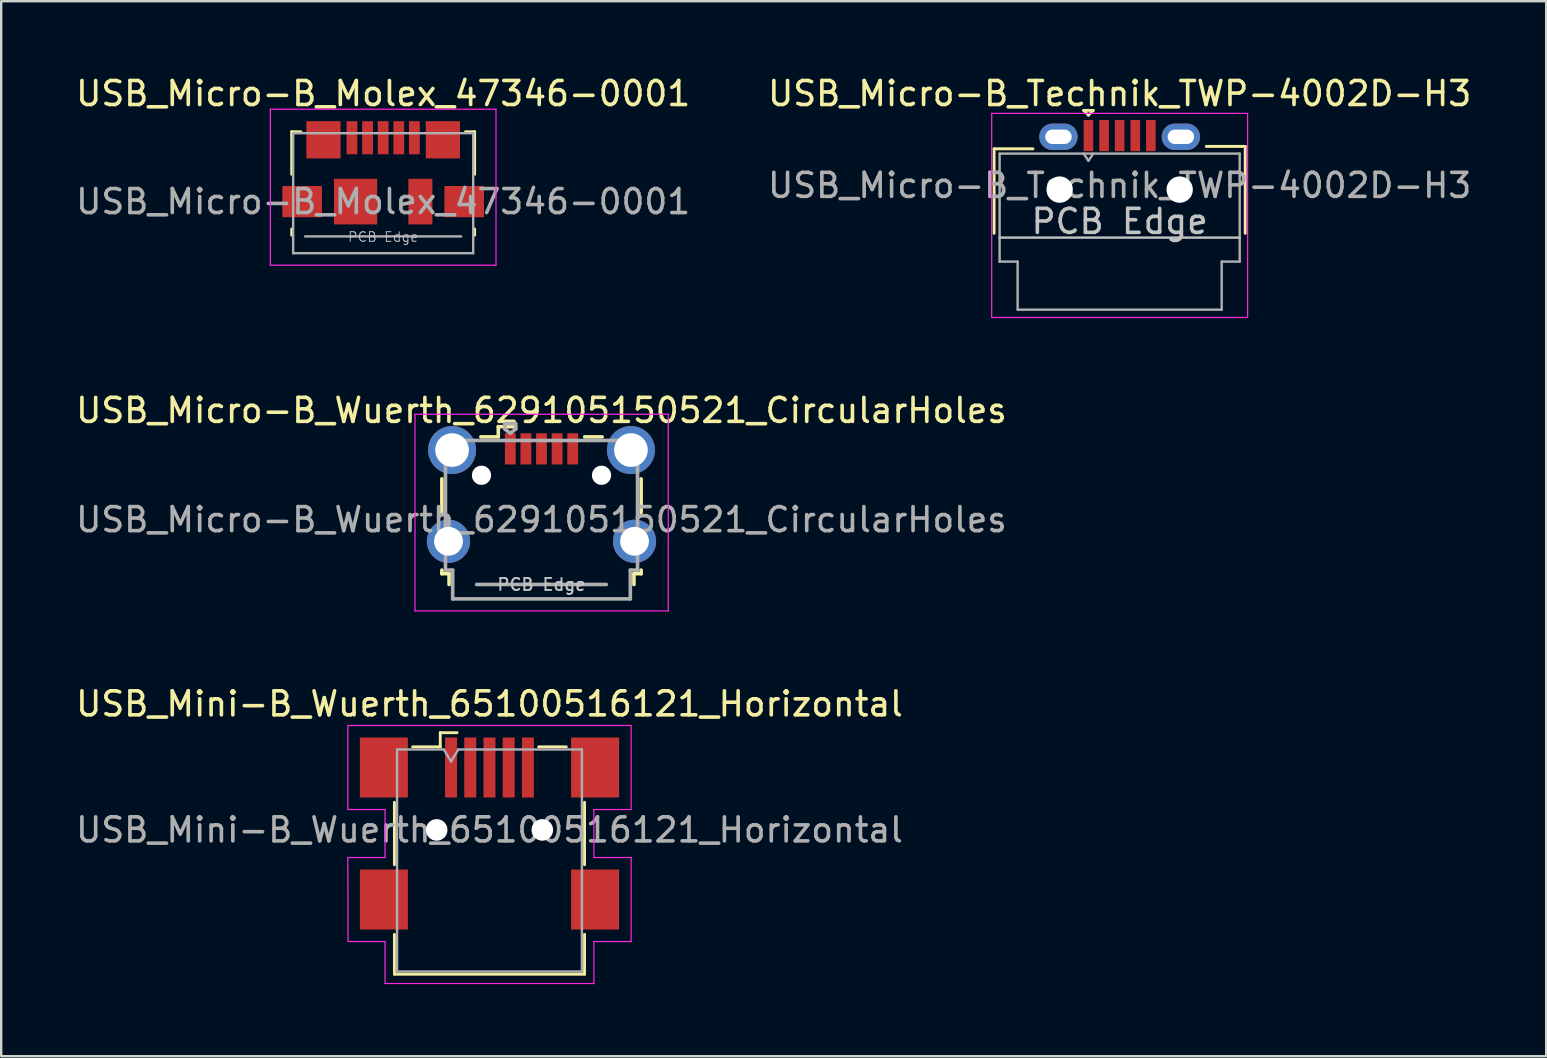
<source format=kicad_pcb>
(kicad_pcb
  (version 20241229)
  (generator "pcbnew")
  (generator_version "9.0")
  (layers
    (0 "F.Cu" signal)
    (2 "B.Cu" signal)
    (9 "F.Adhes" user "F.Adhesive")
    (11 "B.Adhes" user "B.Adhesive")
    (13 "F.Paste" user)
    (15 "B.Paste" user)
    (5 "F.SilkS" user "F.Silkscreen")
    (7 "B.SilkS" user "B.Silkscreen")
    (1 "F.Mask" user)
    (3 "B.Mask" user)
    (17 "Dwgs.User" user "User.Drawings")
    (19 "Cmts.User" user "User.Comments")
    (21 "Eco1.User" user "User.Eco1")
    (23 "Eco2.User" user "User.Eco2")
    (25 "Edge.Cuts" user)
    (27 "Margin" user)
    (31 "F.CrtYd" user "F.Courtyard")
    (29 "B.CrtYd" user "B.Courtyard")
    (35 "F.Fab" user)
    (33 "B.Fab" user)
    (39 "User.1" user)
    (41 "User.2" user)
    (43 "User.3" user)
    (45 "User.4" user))
  (footprint "USB_Micro-B_Molex_47346-0001"
    (layer "F.Cu")
    (at 12.911 4.148)
    (property "Reference" "USB_Micro-B_Molex_47346-0001" (at 0 -3.3 180) (layer "F.SilkS") (effects (font (size 1 1) (thickness 0.15))))
    (attr smd)
    (fp_line (start -3.81 -1.71) (end -3.43 -1.71) (stroke (width 0.12) (type solid)) (layer "F.SilkS"))
    (fp_line (start -3.81 0.06) (end -3.81 -1.71) (stroke (width 0.12) (type solid)) (layer "F.SilkS"))
    (fp_line (start -3.81 2.6) (end -3.81 2.34) (stroke (width 0.12) (type solid)) (layer "F.SilkS"))
    (fp_line (start 3.81 -1.71) (end 3.43 -1.71) (stroke (width 0.12) (type solid)) (layer "F.SilkS"))
    (fp_line (start 3.81 -1.71) (end 3.81 0.06) (stroke (width 0.12) (type solid)) (layer "F.SilkS"))
    (fp_line (start 3.81 2.34) (end 3.81 2.6) (stroke (width 0.12) (type solid)) (layer "F.SilkS"))
    (fp_line (start -4.7 -2.65) (end 4.7 -2.65) (stroke (width 0.05) (type solid)) (layer "F.CrtYd"))
    (fp_line (start -4.7 3.85) (end -4.7 -2.65) (stroke (width 0.05) (type solid)) (layer "F.CrtYd"))
    (fp_line (start 4.7 -2.65) (end 4.7 3.85) (stroke (width 0.05) (type solid)) (layer "F.CrtYd"))
    (fp_line (start 4.7 3.85) (end -4.7 3.85) (stroke (width 0.05) (type solid)) (layer "F.CrtYd"))
    (fp_line (start -3.75 -1.65) (end 3.75 -1.65) (stroke (width 0.1) (type solid)) (layer "F.Fab"))
    (fp_line (start -3.75 3.35) (end -3.75 -1.65) (stroke (width 0.1) (type solid)) (layer "F.Fab"))
    (fp_line (start -3.25 2.65) (end 3.25 2.65) (stroke (width 0.1) (type solid)) (layer "F.Fab"))
    (fp_line (start 3.75 -1.65) (end 3.75 3.35) (stroke (width 0.1) (type solid)) (layer "F.Fab"))
    (fp_line (start 3.75 3.35) (end -3.75 3.35) (stroke (width 0.1) (type solid)) (layer "F.Fab"))
    (fp_text user "PCB Edge" (at 0 2.67 180) (layer "Dwgs.User") (effects (font (size 0.4 0.4) (thickness 0.04))))
    (fp_text user "${REFERENCE}" (at 0 1.2 0) (layer "F.Fab") (effects (font (size 1 1) (thickness 0.15))))
    (pad "1" smd rect (at -1.3 -1.46) (size 0.45 1.38) (layers "F.Cu" "F.Mask" "F.Paste"))
    (pad "2" smd rect (at -0.65 -1.46) (size 0.45 1.38) (layers "F.Cu" "F.Mask" "F.Paste"))
    (pad "3" smd rect (at 0 -1.46) (size 0.45 1.38) (layers "F.Cu" "F.Mask" "F.Paste"))
    (pad "4" smd rect (at 0.65 -1.46) (size 0.45 1.38) (layers "F.Cu" "F.Mask" "F.Paste"))
    (pad "5" smd rect (at 1.3 -1.46) (size 0.45 1.38) (layers "F.Cu" "F.Mask" "F.Paste"))
    (pad "6" smd rect (at -3.375 1.2) (size 1.65 1.3) (layers "F.Cu" "F.Mask" "F.Paste"))
    (pad "6" smd rect (at -2.487 -1.375) (size 1.425 1.55) (layers "F.Cu" "F.Mask" "F.Paste"))
    (pad "6" smd rect (at -1.15 1.2) (size 1.8 1.9) (layers "F.Cu" "F.Mask" "F.Paste"))
    (pad "6" smd rect (at 1.55 1.2) (size 1 1.9) (layers "F.Cu" "F.Mask" "F.Paste"))
    (pad "6" smd rect (at 2.487 -1.375) (size 1.425 1.55) (layers "F.Cu" "F.Mask" "F.Paste"))
    (pad "6" smd rect (at 3.375 1.2) (size 1.65 1.3) (layers "F.Cu" "F.Mask" "F.Paste")))
  (footprint "USB_Micro-B_Technik_TWP-4002D-H3"
    (layer "F.Cu")
    (at 43.589 3.673)
    (property "Reference" "USB_Micro-B_Technik_TWP-4002D-H3" (at 0 -2.825 0) (layer "F.SilkS") (effects (font (size 1 1) (thickness 0.15))))
    (attr smd)
    (fp_line (start -5.23 -0.525) (end -3.61 -0.525) (stroke (width 0.12) (type solid)) (layer "F.SilkS"))
    (fp_line (start -5.23 2.995) (end -5.23 -0.525) (stroke (width 0.12) (type solid)) (layer "F.SilkS"))
    (fp_line (start -1.5 -2.125) (end -1.1 -2.125) (stroke (width 0.12) (type solid)) (layer "F.SilkS"))
    (fp_line (start -1.3 -1.925) (end -1.5 -2.125) (stroke (width 0.12) (type solid)) (layer "F.SilkS"))
    (fp_line (start -1.1 -2.125) (end -1.3 -1.925) (stroke (width 0.12) (type solid)) (layer "F.SilkS"))
    (fp_line (start 5.23 -0.625) (end 3.61 -0.625) (stroke (width 0.12) (type solid)) (layer "F.SilkS"))
    (fp_line (start 5.23 2.995) (end 5.23 -0.625) (stroke (width 0.12) (type solid)) (layer "F.SilkS"))
    (fp_line (start 5 3.175) (end -5 3.175) (stroke (width 0.1) (type solid)) (layer "Dwgs.User"))
    (fp_line (start -5.33 -2) (end 5.33 -2) (stroke (width 0.05) (type solid)) (layer "F.CrtYd"))
    (fp_line (start -5.33 6.5) (end -5.33 -2) (stroke (width 0.05) (type solid)) (layer "F.CrtYd"))
    (fp_line (start 5.33 -2) (end 5.33 6.5) (stroke (width 0.05) (type solid)) (layer "F.CrtYd"))
    (fp_line (start 5.33 6.5) (end -5.33 6.5) (stroke (width 0.05) (type solid)) (layer "F.CrtYd"))
    (fp_line (start -5 -0.325) (end 5 -0.325) (stroke (width 0.1) (type solid)) (layer "F.Fab"))
    (fp_line (start -5 3.175) (end -5 -0.325) (stroke (width 0.1) (type solid)) (layer "F.Fab"))
    (fp_line (start -5 3.175) (end -5 4.175) (stroke (width 0.1) (type solid)) (layer "F.Fab"))
    (fp_line (start -5 4.175) (end -4.25 4.175) (stroke (width 0.1) (type solid)) (layer "F.Fab"))
    (fp_line (start -4.25 4.175) (end -4.25 6.175) (stroke (width 0.1) (type solid)) (layer "F.Fab"))
    (fp_line (start -4.25 6.175) (end 4.25 6.175) (stroke (width 0.1) (type solid)) (layer "F.Fab"))
    (fp_line (start -1.5 -0.325) (end -1.3 -0.025) (stroke (width 0.1) (type solid)) (layer "F.Fab"))
    (fp_line (start -1.3 -0.025) (end -1.1 -0.325) (stroke (width 0.1) (type solid)) (layer "F.Fab"))
    (fp_line (start 4.25 4.175) (end 5 4.175) (stroke (width 0.1) (type solid)) (layer "F.Fab"))
    (fp_line (start 4.25 6.175) (end 4.25 4.175) (stroke (width 0.1) (type solid)) (layer "F.Fab"))
    (fp_line (start 5 -0.325) (end 5 3.175) (stroke (width 0.1) (type solid)) (layer "F.Fab"))
    (fp_line (start 5 4.175) (end 5 3.175) (stroke (width 0.1) (type solid)) (layer "F.Fab"))
    (fp_text user "PCB Edge" (at 0 2.5 0) (layer "Dwgs.User") (effects (font (size 1 1) (thickness 0.15))))
    (fp_text user "${REFERENCE}" (at 0 1 0) (layer "F.Fab") (effects (font (size 1 1) (thickness 0.15))))
    (pad "" np_thru_hole circle (at -2.5 1.175) (size 1.1 1.1) (drill 1.1) (layers "*.Cu" "*.Mask"))
    (pad "" np_thru_hole circle (at 2.5 1.175) (size 1.1 1.1) (drill 1.1) (layers "*.Cu" "*.Mask"))
    (pad "1" smd rect (at -1.3 -1.075) (size 0.4 1.3) (layers "F.Cu" "F.Mask" "F.Paste"))
    (pad "2" smd rect (at -0.65 -1.075) (size 0.4 1.3) (layers "F.Cu" "F.Mask" "F.Paste"))
    (pad "3" smd rect (at 0 -1.075) (size 0.4 1.3) (layers "F.Cu" "F.Mask" "F.Paste"))
    (pad "4" smd rect (at 0.65 -1.075) (size 0.4 1.3) (layers "F.Cu" "F.Mask" "F.Paste"))
    (pad "5" smd rect (at 1.3 -1.075) (size 0.4 1.3) (layers "F.Cu" "F.Mask" "F.Paste"))
    (pad "6" thru_hole oval (at -2.55 -1.025) (size 1.6 1.1) (drill oval 1.1 0.6) (property pad_prop_heatsink) (layers "*.Cu" "*.Mask"))
    (pad "6" thru_hole oval (at 2.55 -1.025) (size 1.6 1.1) (drill oval 1.1 0.6) (property pad_prop_heatsink) (layers "*.Cu" "*.Mask")))
  (footprint "USB_Micro-B_Wuerth_629105150521_CircularHoles"
    (layer "F.Cu")
    (at 19.506 17.547)
    (property "Reference" "USB_Micro-B_Wuerth_629105150521_CircularHoles" (at 0 -3.5 0) (layer "F.SilkS") (effects (font (size 1 1) (thickness 0.15))))
    (attr smd)
    (fp_line (start -4.15 -0.65) (end -4.15 0.75) (stroke (width 0.15) (type solid)) (layer "F.SilkS"))
    (fp_line (start -4.15 3.15) (end -4.15 3.3) (stroke (width 0.15) (type solid)) (layer "F.SilkS"))
    (fp_line (start -4.15 3.3) (end -3.85 3.3) (stroke (width 0.15) (type solid)) (layer "F.SilkS"))
    (fp_line (start -3.85 3.3) (end -3.85 3.75) (stroke (width 0.15) (type solid)) (layer "F.SilkS"))
    (fp_line (start -1.8 -2.825) (end -1.8 -2.4) (stroke (width 0.15) (type solid)) (layer "F.SilkS"))
    (fp_line (start -1.8 -2.4) (end -2.525 -2.4) (stroke (width 0.15) (type solid)) (layer "F.SilkS"))
    (fp_line (start -1.075 -2.825) (end -1.8 -2.825) (stroke (width 0.15) (type solid)) (layer "F.SilkS"))
    (fp_line (start 1.8 -2.4) (end 2.525 -2.4) (stroke (width 0.15) (type solid)) (layer "F.SilkS"))
    (fp_line (start 3.85 3.3) (end 4.15 3.3) (stroke (width 0.15) (type solid)) (layer "F.SilkS"))
    (fp_line (start 3.85 3.75) (end 3.85 3.3) (stroke (width 0.15) (type solid)) (layer "F.SilkS"))
    (fp_line (start 4.15 0.75) (end 4.15 -0.65) (stroke (width 0.15) (type solid)) (layer "F.SilkS"))
    (fp_line (start 4.15 3.3) (end 4.15 3.15) (stroke (width 0.15) (type solid)) (layer "F.SilkS"))
    (fp_line (start -5.27 -3.34) (end -5.27 4.85) (stroke (width 0.05) (type solid)) (layer "F.CrtYd"))
    (fp_line (start -5.27 4.85) (end 5.28 4.85) (stroke (width 0.05) (type solid)) (layer "F.CrtYd"))
    (fp_line (start 5.28 -3.34) (end -5.27 -3.34) (stroke (width 0.05) (type solid)) (layer "F.CrtYd"))
    (fp_line (start 5.28 4.85) (end 5.28 -3.34) (stroke (width 0.05) (type solid)) (layer "F.CrtYd"))
    (fp_line (start -4 -2.25) (end -4 3.15) (stroke (width 0.15) (type solid)) (layer "F.Fab"))
    (fp_line (start -4 3.15) (end -3.7 3.15) (stroke (width 0.15) (type solid)) (layer "F.Fab"))
    (fp_line (start -3.7 3.15) (end -3.7 4.35) (stroke (width 0.15) (type solid)) (layer "F.Fab"))
    (fp_line (start -3.7 4.35) (end 3.7 4.35) (stroke (width 0.15) (type solid)) (layer "F.Fab"))
    (fp_line (start -2.7 3.75) (end 2.7 3.75) (stroke (width 0.15) (type solid)) (layer "F.Fab"))
    (fp_line (start -1.525 -2.95) (end -1.075 -2.95) (stroke (width 0.15) (type solid)) (layer "F.Fab"))
    (fp_line (start -1.525 -2.725) (end -1.525 -2.95) (stroke (width 0.15) (type solid)) (layer "F.Fab"))
    (fp_line (start -1.3 -2.55) (end -1.525 -2.725) (stroke (width 0.15) (type solid)) (layer "F.Fab"))
    (fp_line (start -1.075 -2.95) (end -1.075 -2.725) (stroke (width 0.15) (type solid)) (layer "F.Fab"))
    (fp_line (start -1.075 -2.725) (end -1.3 -2.55) (stroke (width 0.15) (type solid)) (layer "F.Fab"))
    (fp_line (start 3.7 3.15) (end 4 3.15) (stroke (width 0.15) (type solid)) (layer "F.Fab"))
    (fp_line (start 3.7 4.35) (end 3.7 3.15) (stroke (width 0.15) (type solid)) (layer "F.Fab"))
    (fp_line (start 4 -2.25) (end -4 -2.25) (stroke (width 0.15) (type solid)) (layer "F.Fab"))
    (fp_line (start 4 3.15) (end 4 -2.25) (stroke (width 0.15) (type solid)) (layer "F.Fab"))
    (fp_text user "PCB Edge" (at 0 3.75 0) (layer "Dwgs.User") (effects (font (size 0.5 0.5) (thickness 0.08))))
    (fp_text user "${REFERENCE}" (at 0 1.05 0) (layer "F.Fab") (effects (font (size 1 1) (thickness 0.15))))
    (pad "" np_thru_hole circle (at -2.5 -0.8) (size 0.8 0.8) (drill 0.8) (layers "*.Cu" "*.Mask"))
    (pad "" np_thru_hole circle (at 2.5 -0.8) (size 0.8 0.8) (drill 0.8) (layers "*.Cu" "*.Mask"))
    (pad "1" smd rect (at -1.3 -1.9) (size 0.45 1.3) (layers "F.Cu" "F.Mask" "F.Paste"))
    (pad "2" smd rect (at -0.65 -1.9) (size 0.45 1.3) (layers "F.Cu" "F.Mask" "F.Paste"))
    (pad "3" smd rect (at 0 -1.9) (size 0.45 1.3) (layers "F.Cu" "F.Mask" "F.Paste"))
    (pad "4" smd rect (at 0.65 -1.9) (size 0.45 1.3) (layers "F.Cu" "F.Mask" "F.Paste"))
    (pad "5" smd rect (at 1.3 -1.9) (size 0.45 1.3) (layers "F.Cu" "F.Mask" "F.Paste"))
    (pad "6" thru_hole circle (at -3.875 1.95) (size 1.8 1.8) (drill 1.2) (property pad_prop_heatsink) (layers "*.Cu" "*.Mask"))
    (pad "6" thru_hole circle (at -3.725 -1.85) (size 2 2) (drill 1.4) (property pad_prop_heatsink) (layers "*.Cu" "*.Mask"))
    (pad "6" thru_hole circle (at 3.725 -1.85) (size 2 2) (drill 1.4) (property pad_prop_heatsink) (layers "*.Cu" "*.Mask"))
    (pad "6" thru_hole circle (at 3.875 1.95) (size 1.8 1.8) (drill 1.2) (property pad_prop_heatsink) (layers "*.Cu" "*.Mask")))
  (footprint "USB_Mini-B_Wuerth_65100516121_Horizontal"
    (layer "F.Cu")
    (at 17.339 31.52)
    (property "Reference" "USB_Mini-B_Wuerth_65100516121_Horizontal" (at 0 -5.25 0) (layer "F.SilkS") (effects (font (size 1 1) (thickness 0.15))))
    (attr smd)
    (fp_line (start -3.96 1.45) (end -3.96 -1.15) (stroke (width 0.12) (type solid)) (layer "F.SilkS"))
    (fp_line (start -3.96 4.35) (end -3.96 6.01) (stroke (width 0.12) (type solid)) (layer "F.SilkS"))
    (fp_line (start -3.96 6.01) (end 3.96 6.01) (stroke (width 0.12) (type solid)) (layer "F.SilkS"))
    (fp_line (start -3.2 -3.46) (end -2.05 -3.46) (stroke (width 0.12) (type solid)) (layer "F.SilkS"))
    (fp_line (start -2.05 -4.05) (end -1.35 -4.05) (stroke (width 0.12) (type solid)) (layer "F.SilkS"))
    (fp_line (start -2.05 -3.46) (end -2.05 -4.05) (stroke (width 0.12) (type solid)) (layer "F.SilkS"))
    (fp_line (start 2.05 -3.46) (end 3.2 -3.46) (stroke (width 0.12) (type solid)) (layer "F.SilkS"))
    (fp_line (start 3.96 -1.15) (end 3.96 1.45) (stroke (width 0.12) (type solid)) (layer "F.SilkS"))
    (fp_line (start 3.96 6.01) (end 3.96 4.35) (stroke (width 0.12) (type solid)) (layer "F.SilkS"))
    (fp_line (start -5.9 -4.35) (end 5.9 -4.35) (stroke (width 0.05) (type solid)) (layer "F.CrtYd"))
    (fp_line (start -5.9 -0.85) (end -5.9 -4.35) (stroke (width 0.05) (type solid)) (layer "F.CrtYd"))
    (fp_line (start -5.9 1.15) (end -4.35 1.15) (stroke (width 0.05) (type solid)) (layer "F.CrtYd"))
    (fp_line (start -5.89 4.65) (end -5.9 1.15) (stroke (width 0.05) (type solid)) (layer "F.CrtYd"))
    (fp_line (start -4.35 -0.85) (end -5.9 -0.85) (stroke (width 0.05) (type solid)) (layer "F.CrtYd"))
    (fp_line (start -4.35 1.15) (end -4.35 -0.85) (stroke (width 0.05) (type solid)) (layer "F.CrtYd"))
    (fp_line (start -4.35 4.65) (end -5.89 4.65) (stroke (width 0.05) (type solid)) (layer "F.CrtYd"))
    (fp_line (start -4.35 6.4) (end -4.35 4.65) (stroke (width 0.05) (type solid)) (layer "F.CrtYd"))
    (fp_line (start 4.35 -0.85) (end 4.35 1.15) (stroke (width 0.05) (type solid)) (layer "F.CrtYd"))
    (fp_line (start 4.35 1.15) (end 5.9 1.15) (stroke (width 0.05) (type solid)) (layer "F.CrtYd"))
    (fp_line (start 4.35 4.65) (end 4.35 6.4) (stroke (width 0.05) (type solid)) (layer "F.CrtYd"))
    (fp_line (start 4.35 6.4) (end -4.35 6.4) (stroke (width 0.05) (type solid)) (layer "F.CrtYd"))
    (fp_line (start 5.9 -4.35) (end 5.9 -0.85) (stroke (width 0.05) (type solid)) (layer "F.CrtYd"))
    (fp_line (start 5.9 -0.85) (end 4.35 -0.85) (stroke (width 0.05) (type solid)) (layer "F.CrtYd"))
    (fp_line (start 5.9 1.15) (end 5.9 4.65) (stroke (width 0.05) (type solid)) (layer "F.CrtYd"))
    (fp_line (start 5.9 4.65) (end 4.35 4.65) (stroke (width 0.05) (type solid)) (layer "F.CrtYd"))
    (fp_line (start -3.85 -3.35) (end -1.9 -3.35) (stroke (width 0.1) (type solid)) (layer "F.Fab"))
    (fp_line (start -3.85 5.9) (end -3.85 -3.35) (stroke (width 0.1) (type solid)) (layer "F.Fab"))
    (fp_line (start -1.9 -3.35) (end -1.6 -2.85) (stroke (width 0.1) (type solid)) (layer "F.Fab"))
    (fp_line (start -1.6 -2.85) (end -1.3 -3.35) (stroke (width 0.1) (type solid)) (layer "F.Fab"))
    (fp_line (start -1.3 -3.35) (end 3.85 -3.35) (stroke (width 0.1) (type solid)) (layer "F.Fab"))
    (fp_line (start 3.85 -3.35) (end 3.85 5.9) (stroke (width 0.1) (type solid)) (layer "F.Fab"))
    (fp_line (start 3.85 5.9) (end -3.85 5.9) (stroke (width 0.1) (type solid)) (layer "F.Fab"))
    (fp_text user "${REFERENCE}" (at 0 0 0) (layer "F.Fab") (effects (font (size 1 1) (thickness 0.15))))
    (pad "" np_thru_hole circle (at -2.2 0) (size 0.9 0.9) (drill 0.9) (layers "*.Cu" "*.Mask"))
    (pad "" np_thru_hole circle (at 2.2 0) (size 0.9 0.9) (drill 0.9) (layers "*.Cu" "*.Mask"))
    (pad "1" smd rect (at -1.6 -2.6) (size 0.5 2.5) (layers "F.Cu" "F.Mask" "F.Paste"))
    (pad "2" smd rect (at -0.8 -2.6) (size 0.5 2.5) (layers "F.Cu" "F.Mask" "F.Paste"))
    (pad "3" smd rect (at 0 -2.6) (size 0.5 2.5) (layers "F.Cu" "F.Mask" "F.Paste"))
    (pad "4" smd rect (at 0.8 -2.6) (size 0.5 2.5) (layers "F.Cu" "F.Mask" "F.Paste"))
    (pad "5" smd rect (at 1.6 -2.6) (size 0.5 2.5) (layers "F.Cu" "F.Mask" "F.Paste"))
    (pad "6" smd rect (at -4.4 -2.6) (size 2 2.5) (layers "F.Cu" "F.Mask" "F.Paste"))
    (pad "6" smd rect (at -4.4 2.9) (size 2 2.5) (layers "F.Cu" "F.Mask" "F.Paste"))
    (pad "6" smd rect (at 4.4 -2.6) (size 2 2.5) (layers "F.Cu" "F.Mask" "F.Paste"))
    (pad "6" smd rect (at 4.4 2.9) (size 2 2.5) (layers "F.Cu" "F.Mask" "F.Paste")))
  (gr_rect
    (start -3 -3)
    (end 61.357 40.945)
    (stroke (width 0.1) (type default))
    (fill no)
    (layer "Edge.Cuts")))
</source>
